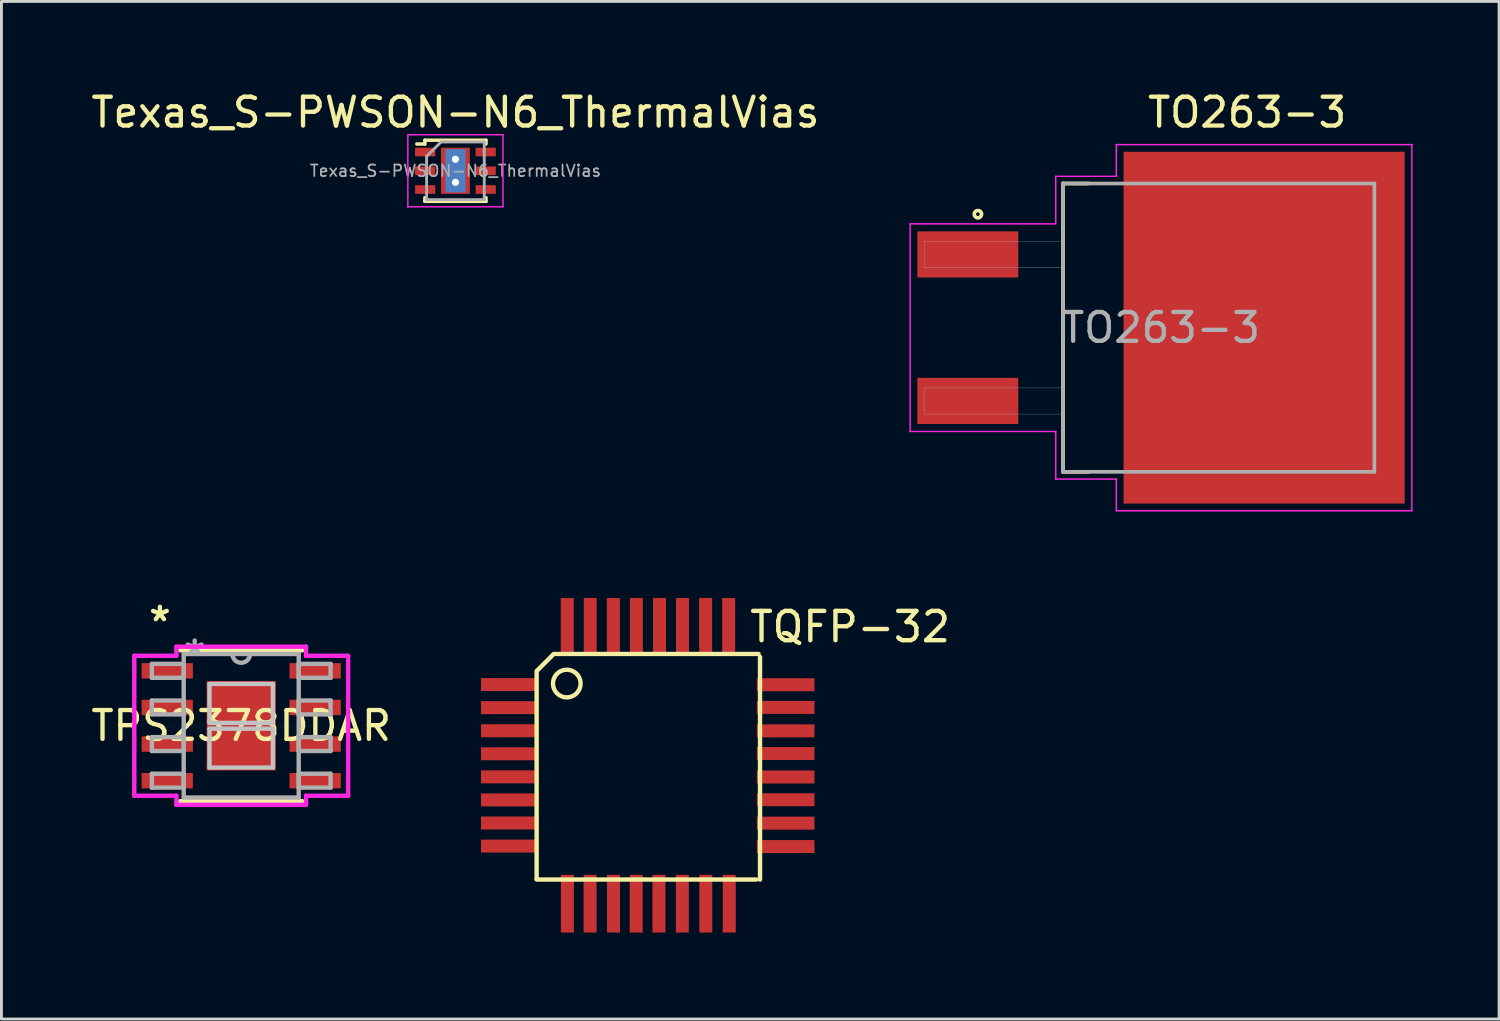
<source format=kicad_pcb>
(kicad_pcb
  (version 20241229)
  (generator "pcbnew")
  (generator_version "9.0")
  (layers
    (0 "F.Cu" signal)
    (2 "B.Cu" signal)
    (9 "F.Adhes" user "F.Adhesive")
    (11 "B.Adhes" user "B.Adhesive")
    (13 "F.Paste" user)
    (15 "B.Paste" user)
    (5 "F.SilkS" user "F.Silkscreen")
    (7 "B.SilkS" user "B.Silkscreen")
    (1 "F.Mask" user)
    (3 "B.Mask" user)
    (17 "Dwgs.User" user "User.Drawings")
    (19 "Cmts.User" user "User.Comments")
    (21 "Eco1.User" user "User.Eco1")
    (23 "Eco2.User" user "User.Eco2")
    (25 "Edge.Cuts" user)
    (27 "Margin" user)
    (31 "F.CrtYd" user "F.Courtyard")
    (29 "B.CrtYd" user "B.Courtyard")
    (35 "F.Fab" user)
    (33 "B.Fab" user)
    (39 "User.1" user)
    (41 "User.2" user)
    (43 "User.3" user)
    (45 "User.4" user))
  (footprint "Texas_S-PWSON-N6_ThermalVias"
    (layer "F.Cu")
    (at 12.744 2.873)
    (property "Reference" "Texas_S-PWSON-N6_ThermalVias" (at 0 -2.025 0) (layer "F.SilkS") (effects (font (size 1 1) (thickness 0.15))))
    (attr smd)
    (fp_line (start -1.06 -1.06) (end -1.06 -0.93) (stroke (width 0.12) (type solid)) (layer "F.SilkS"))
    (fp_line (start -1.06 -1.06) (end 1.06 -1.06) (stroke (width 0.12) (type solid)) (layer "F.SilkS"))
    (fp_line (start -1.06 -0.93) (end -1.34 -0.93) (stroke (width 0.12) (type solid)) (layer "F.SilkS"))
    (fp_line (start -1.06 1.06) (end -1.06 0.93) (stroke (width 0.12) (type solid)) (layer "F.SilkS"))
    (fp_line (start -1.06 1.06) (end 1.06 1.06) (stroke (width 0.12) (type solid)) (layer "F.SilkS"))
    (fp_line (start 1.06 -1.06) (end 1.06 -0.93) (stroke (width 0.12) (type solid)) (layer "F.SilkS"))
    (fp_line (start 1.06 1.06) (end 1.06 0.93) (stroke (width 0.12) (type solid)) (layer "F.SilkS"))
    (fp_line (start -1.65 -1.25) (end -1.65 1.25) (stroke (width 0.05) (type solid)) (layer "F.CrtYd"))
    (fp_line (start -1.65 -1.25) (end 1.65 -1.25) (stroke (width 0.05) (type solid)) (layer "F.CrtYd"))
    (fp_line (start -1.65 1.25) (end 1.65 1.25) (stroke (width 0.05) (type solid)) (layer "F.CrtYd"))
    (fp_line (start 1.65 -1.25) (end 1.65 1.25) (stroke (width 0.05) (type solid)) (layer "F.CrtYd"))
    (fp_line (start -1 1) (end -1 -0.5) (stroke (width 0.1) (type solid)) (layer "F.Fab"))
    (fp_line (start -0.5 -1) (end -1 -0.5) (stroke (width 0.1) (type solid)) (layer "F.Fab"))
    (fp_line (start -0.5 -1) (end 1 -1) (stroke (width 0.1) (type solid)) (layer "F.Fab"))
    (fp_line (start 1 -1) (end 1 1) (stroke (width 0.1) (type solid)) (layer "F.Fab"))
    (fp_line (start 1 1) (end -1 1) (stroke (width 0.1) (type solid)) (layer "F.Fab"))
    (fp_text user "${REFERENCE}" (at 0 0 0) (layer "F.Fab") (effects (font (size 0.4 0.4) (thickness 0.06))))
    (pad "" smd rect (at 0 0) (size 0.8 1.4) (layers "F.Paste"))
    (pad "1" smd rect (at -1.05 -0.65) (size 0.7 0.3) (layers "F.Cu" "F.Mask" "F.Paste"))
    (pad "2" smd rect (at -1.05 0) (size 0.7 0.3) (layers "F.Cu" "F.Mask" "F.Paste"))
    (pad "3" smd rect (at -1.05 0.65) (size 0.7 0.3) (layers "F.Cu" "F.Mask" "F.Paste"))
    (pad "4" smd rect (at 1.05 0.65) (size 0.7 0.3) (layers "F.Cu" "F.Mask" "F.Paste"))
    (pad "5" smd rect (at 1.05 0) (size 0.7 0.3) (layers "F.Cu" "F.Mask" "F.Paste"))
    (pad "6" smd rect (at 1.05 -0.65) (size 0.7 0.3) (layers "F.Cu" "F.Mask" "F.Paste"))
    (pad "7" thru_hole circle (at 0 -0.4) (size 0.6 0.6) (drill 0.25) (layers "*.Cu"))
    (pad "7" smd rect (at 0 0) (size 0.7 1.5) (layers "B.Cu"))
    (pad "7" smd rect (at 0 0) (size 1 1.6) (layers "F.Cu" "F.Mask"))
    (pad "7" thru_hole circle (at 0 0.4) (size 0.6 0.6) (drill 0.25) (layers "*.Cu")))
  (footprint "TQFP-32"
    (layer "F.Cu")
    (at 19.446 23.515)
    (property "Reference" "TQFP-32" (at 6.985 -4.826 0) (layer "F.SilkS") (effects (font (size 1.016 1.016) (thickness 0.152))))
    (attr through_hole)
    (fp_line (start -3.886 -3.277) (end -3.886 3.912) (stroke (width 0.152) (type solid)) (layer "F.SilkS"))
    (fp_line (start -3.886 3.937) (end 3.734 3.937) (stroke (width 0.152) (type solid)) (layer "F.SilkS"))
    (fp_line (start -3.876 -3.302) (end -3.292 -3.886) (stroke (width 0.152) (type solid)) (layer "F.SilkS"))
    (fp_line (start -3.251 -3.886) (end 3.81 -3.886) (stroke (width 0.152) (type solid)) (layer "F.SilkS"))
    (fp_line (start 3.861 3.937) (end 3.861 -3.785) (stroke (width 0.152) (type solid)) (layer "F.SilkS"))
    (fp_circle (center -2.84 -2.86) (end -2.433 -2.606) (stroke (width 0.152) (type solid)) (fill no) (layer "F.SilkS"))
    (pad "1" smd rect (at -4.816 -2.824) (size 1.999 0.45) (layers "F.Cu" "F.Mask" "F.Paste"))
    (pad "2" smd rect (at -4.816 -2.024) (size 1.999 0.45) (layers "F.Cu" "F.Mask" "F.Paste"))
    (pad "3" smd rect (at -4.816 -1.224) (size 1.999 0.45) (layers "F.Cu" "F.Mask" "F.Paste"))
    (pad "4" smd rect (at -4.816 -0.424) (size 1.999 0.45) (layers "F.Cu" "F.Mask" "F.Paste"))
    (pad "5" smd rect (at -4.816 0.376) (size 1.999 0.45) (layers "F.Cu" "F.Mask" "F.Paste"))
    (pad "6" smd rect (at -4.816 1.176) (size 1.999 0.45) (layers "F.Cu" "F.Mask" "F.Paste"))
    (pad "7" smd rect (at -4.816 1.976) (size 1.999 0.45) (layers "F.Cu" "F.Mask" "F.Paste"))
    (pad "8" smd rect (at -4.816 2.776) (size 1.999 0.45) (layers "F.Cu" "F.Mask" "F.Paste"))
    (pad "9" smd rect (at -2.819 4.775) (size 0.45 1.999) (layers "F.Cu" "F.Mask" "F.Paste"))
    (pad "10" smd rect (at -2.032 4.775) (size 0.45 1.999) (layers "F.Cu" "F.Mask" "F.Paste"))
    (pad "11" smd rect (at -1.219 4.775) (size 0.45 1.999) (layers "F.Cu" "F.Mask" "F.Paste"))
    (pad "12" smd rect (at -0.432 4.775) (size 0.45 1.999) (layers "F.Cu" "F.Mask" "F.Paste"))
    (pad "13" smd rect (at 0.356 4.775) (size 0.45 1.999) (layers "F.Cu" "F.Mask" "F.Paste"))
    (pad "14" smd rect (at 1.168 4.775) (size 0.45 1.999) (layers "F.Cu" "F.Mask" "F.Paste"))
    (pad "15" smd rect (at 1.981 4.775) (size 0.45 1.999) (layers "F.Cu" "F.Mask" "F.Paste"))
    (pad "16" smd rect (at 2.794 4.775) (size 0.45 1.999) (layers "F.Cu" "F.Mask" "F.Paste"))
    (pad "17" smd rect (at 4.75 2.794) (size 1.999 0.45) (layers "F.Cu" "F.Mask" "F.Paste"))
    (pad "18" smd rect (at 4.75 1.981) (size 1.999 0.45) (layers "F.Cu" "F.Mask" "F.Paste"))
    (pad "19" smd rect (at 4.75 1.168) (size 1.999 0.45) (layers "F.Cu" "F.Mask" "F.Paste"))
    (pad "20" smd rect (at 4.75 0.381) (size 1.999 0.45) (layers "F.Cu" "F.Mask" "F.Paste"))
    (pad "21" smd rect (at 4.75 -0.432) (size 1.999 0.45) (layers "F.Cu" "F.Mask" "F.Paste"))
    (pad "22" smd rect (at 4.75 -1.219) (size 1.999 0.45) (layers "F.Cu" "F.Mask" "F.Paste"))
    (pad "23" smd rect (at 4.75 -2.032) (size 1.999 0.45) (layers "F.Cu" "F.Mask" "F.Paste"))
    (pad "24" smd rect (at 4.75 -2.819) (size 1.999 0.45) (layers "F.Cu" "F.Mask" "F.Paste"))
    (pad "25" smd rect (at 2.774 -4.826) (size 0.45 1.999) (layers "F.Cu" "F.Mask" "F.Paste"))
    (pad "26" smd rect (at 1.976 -4.826) (size 0.45 1.999) (layers "F.Cu" "F.Mask" "F.Paste"))
    (pad "27" smd rect (at 1.173 -4.826) (size 0.45 1.999) (layers "F.Cu" "F.Mask" "F.Paste"))
    (pad "28" smd rect (at 0.376 -4.826) (size 0.45 1.999) (layers "F.Cu" "F.Mask" "F.Paste"))
    (pad "29" smd rect (at -0.427 -4.826) (size 0.45 1.999) (layers "F.Cu" "F.Mask" "F.Paste"))
    (pad "30" smd rect (at -1.224 -4.826) (size 0.45 1.999) (layers "F.Cu" "F.Mask" "F.Paste"))
    (pad "31" smd rect (at -2.027 -4.826) (size 0.45 1.999) (layers "F.Cu" "F.Mask" "F.Paste"))
    (pad "32" smd rect (at -2.824 -4.826) (size 0.45 1.999) (layers "F.Cu" "F.Mask" "F.Paste")))
  (footprint "TO263-3"
    (layer "F.Cu")
    (at 37.213 8.314)
    (property "Reference" "TO263-3" (at 2.987 -7.466 0) (layer "F.SilkS") (effects (font (size 1.001 1.001) (thickness 0.15))))
    (attr through_hole)
    (fp_line (start -3.4 -5) (end -2.515 -5) (stroke (width 0.127) (type solid)) (layer "F.SilkS"))
    (fp_line (start -3.4 5) (end -3.4 -5) (stroke (width 0.127) (type solid)) (layer "F.SilkS"))
    (fp_line (start -2.515 5) (end -3.4 5) (stroke (width 0.127) (type solid)) (layer "F.SilkS"))
    (fp_circle (center -6.35 -3.937) (end -6.223 -3.937) (stroke (width 0.127) (type solid)) (fill no) (layer "F.SilkS"))
    (fp_poly (pts (xy -0.07 -1.765) (xy 1.31 -1.765) (xy 1.31 -0.296) (xy -0.07 -0.296)) (stroke (width 0.01) (type solid)) (fill yes) (layer "F.Paste"))
    (fp_poly (pts (xy -0.07 2.36) (xy 1.31 2.36) (xy 1.31 3.834) (xy -0.07 3.834)) (stroke (width 0.01) (type solid)) (fill yes) (layer "F.Paste"))
    (fp_poly (pts (xy -0.07 0.295) (xy 1.31 0.295) (xy 1.31 1.767) (xy -0.07 1.767)) (stroke (width 0.01) (type solid)) (fill yes) (layer "F.Paste"))
    (fp_poly (pts (xy -0.07 -3.83) (xy 1.31 -3.83) (xy 1.31 -2.362) (xy -0.07 -2.362)) (stroke (width 0.01) (type solid)) (fill yes) (layer "F.Paste"))
    (fp_poly (pts (xy 1.901 -3.83) (xy 3.28 -3.83) (xy 3.28 -2.362) (xy 1.901 -2.362)) (stroke (width 0.01) (type solid)) (fill yes) (layer "F.Paste"))
    (fp_poly (pts (xy 1.902 0.295) (xy 3.28 0.295) (xy 3.28 1.766) (xy 1.902 1.766)) (stroke (width 0.01) (type solid)) (fill yes) (layer "F.Paste"))
    (fp_poly (pts (xy 1.902 -1.765) (xy 3.28 -1.765) (xy 3.28 -0.295) (xy 1.902 -0.295)) (stroke (width 0.01) (type solid)) (fill yes) (layer "F.Paste"))
    (fp_poly (pts (xy 1.902 2.36) (xy 3.28 2.36) (xy 3.28 3.835) (xy 1.902 3.835)) (stroke (width 0.01) (type solid)) (fill yes) (layer "F.Paste"))
    (fp_poly (pts (xy 3.874 -3.83) (xy 5.25 -3.83) (xy 5.25 -2.362) (xy 3.874 -2.362)) (stroke (width 0.01) (type solid)) (fill yes) (layer "F.Paste"))
    (fp_poly (pts (xy 3.875 0.295) (xy 5.25 0.295) (xy 5.25 1.767) (xy 3.875 1.767)) (stroke (width 0.01) (type solid)) (fill yes) (layer "F.Paste"))
    (fp_poly (pts (xy 3.876 -1.765) (xy 5.25 -1.765) (xy 5.25 -0.295) (xy 3.876 -0.295)) (stroke (width 0.01) (type solid)) (fill yes) (layer "F.Paste"))
    (fp_poly (pts (xy 3.876 2.36) (xy 5.25 2.36) (xy 5.25 3.836) (xy 3.876 3.836)) (stroke (width 0.01) (type solid)) (fill yes) (layer "F.Paste"))
    (fp_poly (pts (xy 5.844 0.295) (xy 7.22 0.295) (xy 7.22 1.766) (xy 5.844 1.766)) (stroke (width 0.01) (type solid)) (fill yes) (layer "F.Paste"))
    (fp_poly (pts (xy 5.844 -3.83) (xy 7.22 -3.83) (xy 7.22 -2.362) (xy 5.844 -2.362)) (stroke (width 0.01) (type solid)) (fill yes) (layer "F.Paste"))
    (fp_poly (pts (xy 5.85 -1.765) (xy 7.22 -1.765) (xy 7.22 -0.295) (xy 5.85 -0.295)) (stroke (width 0.01) (type solid)) (fill yes) (layer "F.Paste"))
    (fp_poly (pts (xy 5.85 2.36) (xy 7.22 2.36) (xy 7.22 3.837) (xy 5.85 3.837)) (stroke (width 0.01) (type solid)) (fill yes) (layer "F.Paste"))
    (fp_line (start -8.7 -3.6) (end -3.65 -3.6) (stroke (width 0.05) (type solid)) (layer "F.CrtYd"))
    (fp_line (start -8.7 3.6) (end -8.7 -3.6) (stroke (width 0.05) (type solid)) (layer "F.CrtYd"))
    (fp_line (start -3.65 -5.25) (end -1.55 -5.25) (stroke (width 0.05) (type solid)) (layer "F.CrtYd"))
    (fp_line (start -3.65 -3.6) (end -3.65 -5.25) (stroke (width 0.05) (type solid)) (layer "F.CrtYd"))
    (fp_line (start -3.65 3.6) (end -8.7 3.6) (stroke (width 0.05) (type solid)) (layer "F.CrtYd"))
    (fp_line (start -3.65 5.25) (end -3.65 3.6) (stroke (width 0.05) (type solid)) (layer "F.CrtYd"))
    (fp_line (start -1.55 -6.35) (end 8.7 -6.35) (stroke (width 0.05) (type solid)) (layer "F.CrtYd"))
    (fp_line (start -1.55 -5.25) (end -1.55 -6.35) (stroke (width 0.05) (type solid)) (layer "F.CrtYd"))
    (fp_line (start -1.55 5.25) (end -3.65 5.25) (stroke (width 0.05) (type solid)) (layer "F.CrtYd"))
    (fp_line (start -1.55 6.35) (end -1.55 5.25) (stroke (width 0.05) (type solid)) (layer "F.CrtYd"))
    (fp_line (start 8.7 -6.35) (end 8.7 6.35) (stroke (width 0.05) (type solid)) (layer "F.CrtYd"))
    (fp_line (start 8.7 6.35) (end -1.55 6.35) (stroke (width 0.05) (type solid)) (layer "F.CrtYd"))
    (fp_line (start -3.4 -5) (end 7.4 -5) (stroke (width 0.127) (type solid)) (layer "F.Fab"))
    (fp_line (start -3.4 5) (end -3.4 -5) (stroke (width 0.127) (type solid)) (layer "F.Fab"))
    (fp_line (start 7.4 -5) (end 7.4 5) (stroke (width 0.127) (type solid)) (layer "F.Fab"))
    (fp_line (start 7.4 5) (end -3.4 5) (stroke (width 0.127) (type solid)) (layer "F.Fab"))
    (fp_poly (pts (xy -8.216 2.09) (xy -3.4 2.09) (xy -3.4 2.996) (xy -8.216 2.996)) (stroke (width 0.01) (type solid)) (fill no) (layer "F.Fab"))
    (fp_poly (pts (xy -8.215 -2.99) (xy -3.4 -2.99) (xy -3.4 -2.094) (xy -8.215 -2.094)) (stroke (width 0.01) (type solid)) (fill no) (layer "F.Fab"))
    (fp_text user "${REFERENCE}" (at 0 0 0) (layer "F.Fab") (effects (font (size 1 1) (thickness 0.15))))
    (pad "1" smd rect (at -6.7 -2.54 270) (size 1.6 3.5) (layers "F.Cu" "F.Mask" "F.Paste"))
    (pad "2" smd rect (at 3.575 0 270) (size 12.2 9.75) (layers "F.Cu" "F.Mask"))
    (pad "3" smd rect (at -6.7 2.54 270) (size 1.6 3.5) (layers "F.Cu" "F.Mask" "F.Paste")))
  (footprint "TPS2378DDAR"
    (layer "F.Cu")
    (at 5.315 22.119)
    (property "Reference" "TPS2378DDAR" (at 0 0 0) (layer "F.SilkS") (effects (font (size 1 1) (thickness 0.15))))
    (attr through_hole)
    (fp_line (start -2.121 2.616) (end 2.121 2.616) (stroke (width 0.152) (type solid)) (layer "F.SilkS"))
    (fp_line (start 2.121 -2.616) (end -2.121 -2.616) (stroke (width 0.152) (type solid)) (layer "F.SilkS"))
    (fp_line (start -1.1 -1.45) (end -1.1 -0.1) (stroke (width 0.152) (type solid)) (layer "Dwgs.User"))
    (fp_line (start -1.1 -0.1) (end 1.1 -0.1) (stroke (width 0.152) (type solid)) (layer "Dwgs.User"))
    (fp_line (start -1.1 0.1) (end -1.1 1.45) (stroke (width 0.152) (type solid)) (layer "Dwgs.User"))
    (fp_line (start -1.1 1.45) (end 1.1 1.45) (stroke (width 0.152) (type solid)) (layer "Dwgs.User"))
    (fp_line (start 1.1 -1.45) (end -1.1 -1.45) (stroke (width 0.152) (type solid)) (layer "Dwgs.User"))
    (fp_line (start 1.1 -0.1) (end 1.1 -1.45) (stroke (width 0.152) (type solid)) (layer "Dwgs.User"))
    (fp_line (start 1.1 0.1) (end -1.1 0.1) (stroke (width 0.152) (type solid)) (layer "Dwgs.User"))
    (fp_line (start 1.1 1.45) (end 1.1 0.1) (stroke (width 0.152) (type solid)) (layer "Dwgs.User"))
    (fp_line (start -3.708 -2.426) (end -2.248 -2.426) (stroke (width 0.152) (type solid)) (layer "F.CrtYd"))
    (fp_line (start -3.708 2.426) (end -3.708 -2.426) (stroke (width 0.152) (type solid)) (layer "F.CrtYd"))
    (fp_line (start -2.248 -2.743) (end 2.248 -2.743) (stroke (width 0.152) (type solid)) (layer "F.CrtYd"))
    (fp_line (start -2.248 -2.426) (end -2.248 -2.743) (stroke (width 0.152) (type solid)) (layer "F.CrtYd"))
    (fp_line (start -2.248 2.426) (end -3.708 2.426) (stroke (width 0.152) (type solid)) (layer "F.CrtYd"))
    (fp_line (start -2.248 2.743) (end -2.248 2.426) (stroke (width 0.152) (type solid)) (layer "F.CrtYd"))
    (fp_line (start 2.248 -2.743) (end 2.248 -2.426) (stroke (width 0.152) (type solid)) (layer "F.CrtYd"))
    (fp_line (start 2.248 -2.426) (end 3.708 -2.426) (stroke (width 0.152) (type solid)) (layer "F.CrtYd"))
    (fp_line (start 2.248 2.426) (end 2.248 2.743) (stroke (width 0.152) (type solid)) (layer "F.CrtYd"))
    (fp_line (start 2.248 2.743) (end -2.248 2.743) (stroke (width 0.152) (type solid)) (layer "F.CrtYd"))
    (fp_line (start 3.708 -2.426) (end 3.708 2.426) (stroke (width 0.152) (type solid)) (layer "F.CrtYd"))
    (fp_line (start 3.708 2.426) (end 2.248 2.426) (stroke (width 0.152) (type solid)) (layer "F.CrtYd"))
    (fp_line (start -3.099 -2.146) (end -3.099 -1.664) (stroke (width 0.152) (type solid)) (layer "F.Fab"))
    (fp_line (start -3.099 -1.664) (end -1.994 -1.664) (stroke (width 0.152) (type solid)) (layer "F.Fab"))
    (fp_line (start -3.099 -0.876) (end -3.099 -0.394) (stroke (width 0.152) (type solid)) (layer "F.Fab"))
    (fp_line (start -3.099 -0.394) (end -1.994 -0.394) (stroke (width 0.152) (type solid)) (layer "F.Fab"))
    (fp_line (start -3.099 0.394) (end -3.099 0.876) (stroke (width 0.152) (type solid)) (layer "F.Fab"))
    (fp_line (start -3.099 0.876) (end -1.994 0.876) (stroke (width 0.152) (type solid)) (layer "F.Fab"))
    (fp_line (start -3.099 1.664) (end -3.099 2.146) (stroke (width 0.152) (type solid)) (layer "F.Fab"))
    (fp_line (start -3.099 2.146) (end -1.994 2.146) (stroke (width 0.152) (type solid)) (layer "F.Fab"))
    (fp_line (start -1.994 -2.489) (end -1.994 2.489) (stroke (width 0.152) (type solid)) (layer "F.Fab"))
    (fp_line (start -1.994 -2.146) (end -3.099 -2.146) (stroke (width 0.152) (type solid)) (layer "F.Fab"))
    (fp_line (start -1.994 -1.664) (end -1.994 -2.146) (stroke (width 0.152) (type solid)) (layer "F.Fab"))
    (fp_line (start -1.994 -0.876) (end -3.099 -0.876) (stroke (width 0.152) (type solid)) (layer "F.Fab"))
    (fp_line (start -1.994 -0.394) (end -1.994 -0.876) (stroke (width 0.152) (type solid)) (layer "F.Fab"))
    (fp_line (start -1.994 0.394) (end -3.099 0.394) (stroke (width 0.152) (type solid)) (layer "F.Fab"))
    (fp_line (start -1.994 0.876) (end -1.994 0.394) (stroke (width 0.152) (type solid)) (layer "F.Fab"))
    (fp_line (start -1.994 1.664) (end -3.099 1.664) (stroke (width 0.152) (type solid)) (layer "F.Fab"))
    (fp_line (start -1.994 2.146) (end -1.994 1.664) (stroke (width 0.152) (type solid)) (layer "F.Fab"))
    (fp_line (start -1.994 2.489) (end 1.994 2.489) (stroke (width 0.152) (type solid)) (layer "F.Fab"))
    (fp_line (start 1.994 -2.489) (end -1.994 -2.489) (stroke (width 0.152) (type solid)) (layer "F.Fab"))
    (fp_line (start 1.994 -2.146) (end 1.994 -1.664) (stroke (width 0.152) (type solid)) (layer "F.Fab"))
    (fp_line (start 1.994 -1.664) (end 3.099 -1.664) (stroke (width 0.152) (type solid)) (layer "F.Fab"))
    (fp_line (start 1.994 -0.876) (end 1.994 -0.394) (stroke (width 0.152) (type solid)) (layer "F.Fab"))
    (fp_line (start 1.994 -0.394) (end 3.099 -0.394) (stroke (width 0.152) (type solid)) (layer "F.Fab"))
    (fp_line (start 1.994 0.394) (end 1.994 0.876) (stroke (width 0.152) (type solid)) (layer "F.Fab"))
    (fp_line (start 1.994 0.876) (end 3.099 0.876) (stroke (width 0.152) (type solid)) (layer "F.Fab"))
    (fp_line (start 1.994 1.664) (end 1.994 2.146) (stroke (width 0.152) (type solid)) (layer "F.Fab"))
    (fp_line (start 1.994 2.146) (end 3.099 2.146) (stroke (width 0.152) (type solid)) (layer "F.Fab"))
    (fp_line (start 1.994 2.489) (end 1.994 -2.489) (stroke (width 0.152) (type solid)) (layer "F.Fab"))
    (fp_line (start 3.099 -2.146) (end 1.994 -2.146) (stroke (width 0.152) (type solid)) (layer "F.Fab"))
    (fp_line (start 3.099 -1.664) (end 3.099 -2.146) (stroke (width 0.152) (type solid)) (layer "F.Fab"))
    (fp_line (start 3.099 -0.876) (end 1.994 -0.876) (stroke (width 0.152) (type solid)) (layer "F.Fab"))
    (fp_line (start 3.099 -0.394) (end 3.099 -0.876) (stroke (width 0.152) (type solid)) (layer "F.Fab"))
    (fp_line (start 3.099 0.394) (end 1.994 0.394) (stroke (width 0.152) (type solid)) (layer "F.Fab"))
    (fp_line (start 3.099 0.876) (end 3.099 0.394) (stroke (width 0.152) (type solid)) (layer "F.Fab"))
    (fp_line (start 3.099 1.664) (end 1.994 1.664) (stroke (width 0.152) (type solid)) (layer "F.Fab"))
    (fp_line (start 3.099 2.146) (end 3.099 1.664) (stroke (width 0.152) (type solid)) (layer "F.Fab"))
    (fp_arc (start 0.3048 -2.4892) (mid 0 -2.1844) (end -0.3048 -2.4892) (stroke (width 0.1524) (type solid)) (layer "F.Fab"))
    (fp_text user "*" (at -2.819 -3.581 0) (layer "F.SilkS") (effects (font (size 1 1) (thickness 0.15))))
    (fp_text user "Copyright 2016 Accelerated Designs. All rights reserved." (at 0 0 0) (layer "Cmts.User") (effects (font (size 0.127 0.127) (thickness 0.002))))
    (fp_text user "*" (at -1.613 -2.413 0) (layer "F.Fab") (effects (font (size 1 1) (thickness 0.15))))
    (pad "1" smd rect (at -2.565 -1.905) (size 1.778 0.533) (layers "F.Cu" "F.Mask" "F.Paste"))
    (pad "2" smd rect (at -2.565 -0.635) (size 1.778 0.533) (layers "F.Cu" "F.Mask" "F.Paste"))
    (pad "3" smd rect (at -2.565 0.635) (size 1.778 0.533) (layers "F.Cu" "F.Mask" "F.Paste"))
    (pad "4" smd rect (at -2.565 1.905) (size 1.778 0.533) (layers "F.Cu" "F.Mask" "F.Paste"))
    (pad "5" smd rect (at 2.565 1.905) (size 1.778 0.533) (layers "F.Cu" "F.Mask" "F.Paste"))
    (pad "6" smd rect (at 2.565 0.635) (size 1.778 0.533) (layers "F.Cu" "F.Mask" "F.Paste"))
    (pad "7" smd rect (at 2.565 -0.635) (size 1.778 0.533) (layers "F.Cu" "F.Mask" "F.Paste"))
    (pad "8" smd rect (at 2.565 -1.905) (size 1.778 0.533) (layers "F.Cu" "F.Mask" "F.Paste"))
    (pad "EPAD" smd rect (at 0 0) (size 2.4 3.1) (layers "F.Cu" "F.Mask" "F.Paste")))
  (gr_rect
    (start -3 -3)
    (end 48.938 32.29)
    (stroke (width 0.1) (type default))
    (fill no)
    (layer "Edge.Cuts")))
</source>
